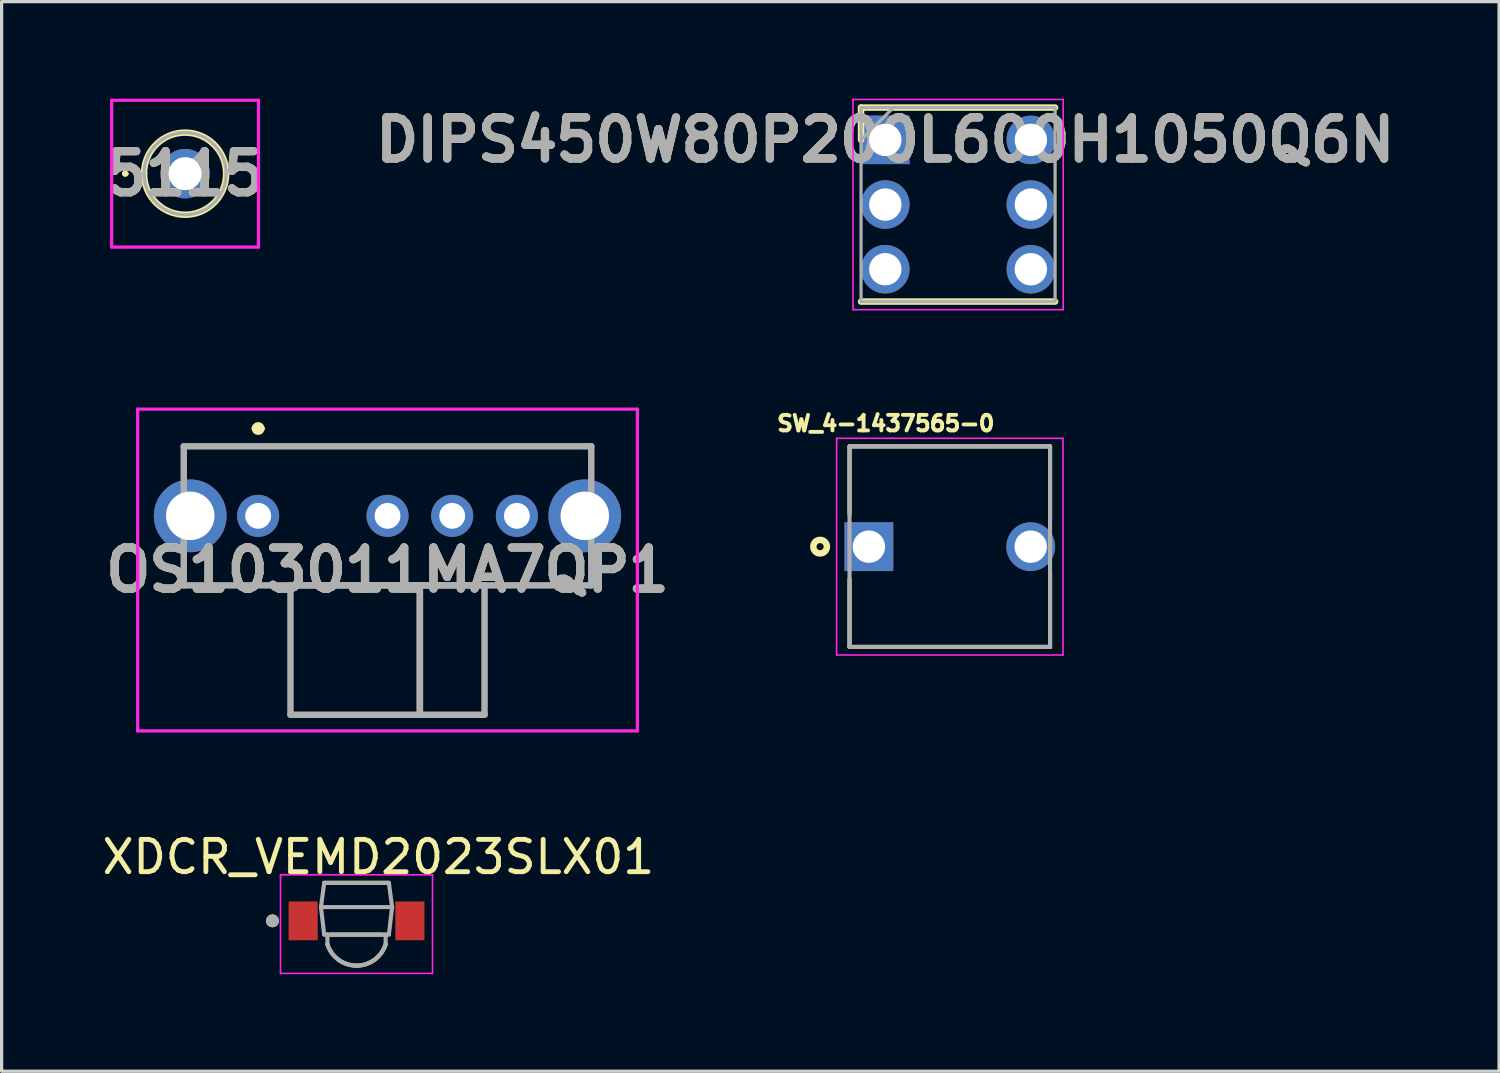
<source format=kicad_pcb>
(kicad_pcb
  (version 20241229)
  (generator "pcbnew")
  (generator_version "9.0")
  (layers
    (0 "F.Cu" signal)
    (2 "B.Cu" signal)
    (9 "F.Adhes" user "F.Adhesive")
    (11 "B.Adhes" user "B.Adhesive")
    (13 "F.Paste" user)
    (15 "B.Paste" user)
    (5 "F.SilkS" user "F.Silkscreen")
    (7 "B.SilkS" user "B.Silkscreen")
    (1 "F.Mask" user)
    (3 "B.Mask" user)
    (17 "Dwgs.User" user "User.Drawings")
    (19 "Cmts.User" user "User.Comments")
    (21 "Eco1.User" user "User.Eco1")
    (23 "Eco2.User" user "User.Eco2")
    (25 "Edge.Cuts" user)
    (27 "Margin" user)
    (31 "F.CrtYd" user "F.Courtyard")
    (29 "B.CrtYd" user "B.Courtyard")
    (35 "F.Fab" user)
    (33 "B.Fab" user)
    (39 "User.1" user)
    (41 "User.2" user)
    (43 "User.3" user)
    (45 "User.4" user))
  (footprint "DIPS450W80P200L600H1050Q6N"
    (layer "F.Cu")
    (at 24.324 1.275)
    (property "Reference" "DIPS450W80P200L600H1050Q6N" (at 0 0 0) (layer "F.SilkS") (effects (font (size 1.27 1.27) (thickness 0.254))))
    (attr through_hole)
    (fp_line (start -0.75 -1) (end -0.75 0) (stroke (width 0.2) (type solid)) (layer "F.SilkS"))
    (fp_line (start -0.75 5) (end 5.25 5) (stroke (width 0.2) (type solid)) (layer "F.SilkS"))
    (fp_line (start 5.25 -1) (end -0.75 -1) (stroke (width 0.2) (type solid)) (layer "F.SilkS"))
    (fp_line (start -1 -1.25) (end 5.5 -1.25) (stroke (width 0.05) (type solid)) (layer "F.CrtYd"))
    (fp_line (start -1 5.25) (end -1 -1.25) (stroke (width 0.05) (type solid)) (layer "F.CrtYd"))
    (fp_line (start 5.5 -1.25) (end 5.5 5.25) (stroke (width 0.05) (type solid)) (layer "F.CrtYd"))
    (fp_line (start 5.5 5.25) (end -1 5.25) (stroke (width 0.05) (type solid)) (layer "F.CrtYd"))
    (fp_line (start -0.75 -1) (end 5.25 -1) (stroke (width 0.1) (type solid)) (layer "F.Fab"))
    (fp_line (start -0.75 0) (end 0.25 -1) (stroke (width 0.1) (type solid)) (layer "F.Fab"))
    (fp_line (start -0.75 5) (end -0.75 -1) (stroke (width 0.1) (type solid)) (layer "F.Fab"))
    (fp_line (start 5.25 -1) (end 5.25 5) (stroke (width 0.1) (type solid)) (layer "F.Fab"))
    (fp_line (start 5.25 5) (end -0.75 5) (stroke (width 0.1) (type solid)) (layer "F.Fab"))
    (fp_text user "${REFERENCE}" (at 0 0 0) (layer "F.Fab") (effects (font (size 1.27 1.27) (thickness 0.254))))
    (pad "1" thru_hole rect (at 0 0) (size 1.5 1.5) (drill 1) (layers "*.Cu" "*.Mask"))
    (pad "2" thru_hole circle (at 0 2) (size 1.5 1.5) (drill 1) (layers "*.Cu" "*.Mask"))
    (pad "3" thru_hole circle (at 0 4) (size 1.5 1.5) (drill 1) (layers "*.Cu" "*.Mask"))
    (pad "4" thru_hole circle (at 4.5 4) (size 1.5 1.5) (drill 1) (layers "*.Cu" "*.Mask"))
    (pad "5" thru_hole circle (at 4.5 2) (size 1.5 1.5) (drill 1) (layers "*.Cu" "*.Mask"))
    (pad "6" thru_hole circle (at 4.5 0) (size 1.5 1.5) (drill 1) (layers "*.Cu" "*.Mask")))
  (footprint "OS103011MA7QP1"
    (layer "F.Cu")
    (at 4.932 12.9)
    (property "Reference" "OS103011MA7QP1" (at 4 1.675 0) (layer "F.SilkS") (effects (font (size 1.27 1.27) (thickness 0.254))))
    (attr through_hole)
    (fp_line (start -2.3 -2.15) (end 10.3 -2.15) (stroke (width 0.1) (type solid)) (layer "F.SilkS"))
    (fp_line (start -2.3 -1.5) (end -2.3 -2.15) (stroke (width 0.1) (type solid)) (layer "F.SilkS"))
    (fp_line (start -2.3 1.5) (end -2.3 2.15) (stroke (width 0.1) (type solid)) (layer "F.SilkS"))
    (fp_line (start -2.3 2.15) (end 10.3 2.15) (stroke (width 0.1) (type solid)) (layer "F.SilkS"))
    (fp_line (start -0.1 -2.7) (end -0.1 -2.7) (stroke (width 0.2) (type solid)) (layer "F.SilkS"))
    (fp_line (start 0.1 -2.7) (end 0.1 -2.7) (stroke (width 0.2) (type solid)) (layer "F.SilkS"))
    (fp_line (start 10.3 -2.15) (end 10.3 -1.5) (stroke (width 0.1) (type solid)) (layer "F.SilkS"))
    (fp_line (start 10.3 2.15) (end 10.3 1.5) (stroke (width 0.1) (type solid)) (layer "F.SilkS"))
    (fp_arc (start -0.1 -2.7) (mid 0 -2.8) (end 0.1 -2.7) (stroke (width 0.2) (type solid)) (layer "F.SilkS"))
    (fp_arc (start 0.1 -2.7) (mid 0 -2.6) (end -0.1 -2.7) (stroke (width 0.2) (type solid)) (layer "F.SilkS"))
    (fp_line (start -3.725 -3.3) (end 11.725 -3.3) (stroke (width 0.1) (type solid)) (layer "F.CrtYd"))
    (fp_line (start -3.725 6.65) (end -3.725 -3.3) (stroke (width 0.1) (type solid)) (layer "F.CrtYd"))
    (fp_line (start 11.725 -3.3) (end 11.725 6.65) (stroke (width 0.1) (type solid)) (layer "F.CrtYd"))
    (fp_line (start 11.725 6.65) (end -3.725 6.65) (stroke (width 0.1) (type solid)) (layer "F.CrtYd"))
    (fp_line (start -2.3 -2.15) (end 10.3 -2.15) (stroke (width 0.2) (type solid)) (layer "F.Fab"))
    (fp_line (start -2.3 2.15) (end -2.3 -2.15) (stroke (width 0.2) (type solid)) (layer "F.Fab"))
    (fp_line (start 1 2.15) (end 5 2.15) (stroke (width 0.2) (type solid)) (layer "F.Fab"))
    (fp_line (start 1 6.15) (end 1 2.15) (stroke (width 0.2) (type solid)) (layer "F.Fab"))
    (fp_line (start 5 2.15) (end 5 6.15) (stroke (width 0.2) (type solid)) (layer "F.Fab"))
    (fp_line (start 5 2.15) (end 7 2.15) (stroke (width 0.2) (type solid)) (layer "F.Fab"))
    (fp_line (start 5 6.15) (end 1 6.15) (stroke (width 0.2) (type solid)) (layer "F.Fab"))
    (fp_line (start 5 6.15) (end 5 2.15) (stroke (width 0.2) (type solid)) (layer "F.Fab"))
    (fp_line (start 7 2.15) (end 7 6.15) (stroke (width 0.2) (type solid)) (layer "F.Fab"))
    (fp_line (start 7 6.15) (end 5 6.15) (stroke (width 0.2) (type solid)) (layer "F.Fab"))
    (fp_line (start 10.3 -2.15) (end 10.3 2.15) (stroke (width 0.2) (type solid)) (layer "F.Fab"))
    (fp_line (start 10.3 2.15) (end -2.3 2.15) (stroke (width 0.2) (type solid)) (layer "F.Fab"))
    (fp_text user "${REFERENCE}" (at 4 1.675 0) (layer "F.Fab") (effects (font (size 1.27 1.27) (thickness 0.254))))
    (pad "1" thru_hole circle (at 0 0) (size 1.3 1.3) (drill 0.8) (layers "*.Cu" "*.Mask"))
    (pad "2" thru_hole circle (at 4 0) (size 1.3 1.3) (drill 0.8) (layers "*.Cu" "*.Mask"))
    (pad "3" thru_hole circle (at 6 0) (size 1.3 1.3) (drill 0.8) (layers "*.Cu" "*.Mask"))
    (pad "4" thru_hole circle (at 8 0) (size 1.3 1.3) (drill 0.8) (layers "*.Cu" "*.Mask"))
    (pad "MH1" thru_hole circle (at -2.1 0) (size 2.25 2.25) (drill 1.5) (layers "*.Cu" "*.Mask"))
    (pad "MH2" thru_hole circle (at 10.1 0) (size 2.25 2.25) (drill 1.5) (layers "*.Cu" "*.Mask")))
  (footprint "XDCR_VEMD2023SLX01"
    (layer "F.Cu")
    (at 7.974 25.423)
    (property "Reference" "XDCR_VEMD2023SLX01" (at 0.675 -1.975 0) (layer "F.SilkS") (effects (font (size 1 1) (thickness 0.15))))
    (attr smd)
    (fp_line (start -1 -1.175) (end 1 -1.175) (stroke (width 0.127) (type solid)) (layer "F.SilkS"))
    (fp_line (start -0.8 0.425) (end 0.8 0.425) (stroke (width 0.127) (type solid)) (layer "F.SilkS"))
    (fp_arc (start 0.9 0.725) (mid 0 1.384907) (end -0.9 0.725) (stroke (width 0.127) (type solid)) (layer "F.SilkS"))
    (fp_circle (center -2.6 0) (end -2.5 0) (stroke (width 0.2) (type solid)) (fill no) (layer "F.SilkS"))
    (fp_line (start -2.35 -1.425) (end 2.35 -1.425) (stroke (width 0.05) (type solid)) (layer "F.CrtYd"))
    (fp_line (start -2.35 1.625) (end -2.35 -1.425) (stroke (width 0.05) (type solid)) (layer "F.CrtYd"))
    (fp_line (start -2.35 1.625) (end 2.35 1.625) (stroke (width 0.05) (type solid)) (layer "F.CrtYd"))
    (fp_line (start 2.35 -1.425) (end 2.35 1.625) (stroke (width 0.05) (type solid)) (layer "F.CrtYd"))
    (fp_line (start -1.1 -0.425) (end -1 0.425) (stroke (width 0.127) (type solid)) (layer "F.Fab"))
    (fp_line (start -1.1 -0.425) (end 1.1 -0.425) (stroke (width 0.127) (type solid)) (layer "F.Fab"))
    (fp_line (start -1 -1.175) (end -1.1 -0.425) (stroke (width 0.127) (type solid)) (layer "F.Fab"))
    (fp_line (start -1 -1.175) (end 1 -1.175) (stroke (width 0.127) (type solid)) (layer "F.Fab"))
    (fp_line (start -1 0.425) (end -0.9 0.425) (stroke (width 0.127) (type solid)) (layer "F.Fab"))
    (fp_line (start -0.9 0.425) (end -0.9 0.725) (stroke (width 0.127) (type solid)) (layer "F.Fab"))
    (fp_line (start -0.9 0.425) (end 0.9 0.425) (stroke (width 0.127) (type solid)) (layer "F.Fab"))
    (fp_line (start 0.9 0.425) (end 1 0.425) (stroke (width 0.127) (type solid)) (layer "F.Fab"))
    (fp_line (start 0.9 0.725) (end 0.9 0.425) (stroke (width 0.127) (type solid)) (layer "F.Fab"))
    (fp_line (start 1 -1.175) (end 1.1 -0.425) (stroke (width 0.127) (type solid)) (layer "F.Fab"))
    (fp_line (start 1.1 -0.425) (end 1 0.425) (stroke (width 0.127) (type solid)) (layer "F.Fab"))
    (fp_arc (start 0.9 0.725) (mid 0 1.384907) (end -0.9 0.725) (stroke (width 0.127) (type solid)) (layer "F.Fab"))
    (fp_circle (center -2.6 0) (end -2.5 0) (stroke (width 0.2) (type solid)) (fill no) (layer "F.Fab"))
    (pad "A" smd rect (at 1.65 0 180) (size 0.9 1.2) (layers "F.Cu" "F.Mask" "F.Paste"))
    (pad "C" smd rect (at -1.65 0 180) (size 0.9 1.2) (layers "F.Cu" "F.Mask" "F.Paste")))
  (footprint "5115"
    (layer "F.Cu")
    (at 2.673 2.32)
    (property "Reference" "5115" (at 0 0 0) (layer "F.SilkS") (effects (font (size 1.27 1.27) (thickness 0.254))))
    (attr through_hole)
    (fp_line (start -1.9 0) (end -1.9 0) (stroke (width 0.1) (type solid)) (layer "F.SilkS"))
    (fp_line (start -1.8 0) (end -1.8 0) (stroke (width 0.1) (type solid)) (layer "F.SilkS"))
    (fp_line (start -1.27 0) (end -1.27 0) (stroke (width 0.2) (type solid)) (layer "F.SilkS"))
    (fp_line (start 1.27 0) (end 1.27 0) (stroke (width 0.2) (type solid)) (layer "F.SilkS"))
    (fp_arc (start -1.9 0) (mid -1.85 -0.05) (end -1.8 0) (stroke (width 0.1) (type solid)) (layer "F.SilkS"))
    (fp_arc (start -1.8 0) (mid -1.85 0.05) (end -1.9 0) (stroke (width 0.1) (type solid)) (layer "F.SilkS"))
    (fp_arc (start -1.27 0) (mid 0 -1.27) (end 1.27 0) (stroke (width 0.2) (type solid)) (layer "F.SilkS"))
    (fp_arc (start 1.27 0) (mid 0 1.27) (end -1.27 0) (stroke (width 0.2) (type solid)) (layer "F.SilkS"))
    (fp_line (start -2.27 -2.27) (end 2.27 -2.27) (stroke (width 0.1) (type solid)) (layer "F.CrtYd"))
    (fp_line (start -2.27 2.27) (end -2.27 -2.27) (stroke (width 0.1) (type solid)) (layer "F.CrtYd"))
    (fp_line (start 2.27 -2.27) (end 2.27 2.27) (stroke (width 0.1) (type solid)) (layer "F.CrtYd"))
    (fp_line (start 2.27 2.27) (end -2.27 2.27) (stroke (width 0.1) (type solid)) (layer "F.CrtYd"))
    (fp_line (start -1.27 0) (end -1.27 0) (stroke (width 0.1) (type solid)) (layer "F.Fab"))
    (fp_line (start 1.27 0) (end 1.27 0) (stroke (width 0.1) (type solid)) (layer "F.Fab"))
    (fp_arc (start -1.27 0) (mid 0 -1.27) (end 1.27 0) (stroke (width 0.1) (type solid)) (layer "F.Fab"))
    (fp_arc (start 1.27 0) (mid 0 1.27) (end -1.27 0) (stroke (width 0.1) (type solid)) (layer "F.Fab"))
    (fp_text user "${REFERENCE}" (at 0 0 0) (layer "F.Fab") (effects (font (size 1.27 1.27) (thickness 0.254))))
    (pad "TP" thru_hole circle (at 0 0) (size 1.53 1.53) (drill 1.02) (layers "*.Cu" "*.Mask")))
  (footprint "SW_4-1437565-0"
    (layer "F.Cu")
    (at 26.318 13.853)
    (property "Reference" "SW_4-1437565-0" (at -1.979 -3.811 0) (layer "F.SilkS") (effects (font (size 0.481 0.481) (thickness 0.15))))
    (attr through_hole)
    (fp_line (start -3.1 -3.1) (end 3.1 -3.1) (stroke (width 0.127) (type solid)) (layer "F.SilkS"))
    (fp_line (start -3.1 -1) (end -3.1 -3.1) (stroke (width 0.127) (type solid)) (layer "F.SilkS"))
    (fp_line (start -3.1 3.1) (end -3.1 1) (stroke (width 0.127) (type solid)) (layer "F.SilkS"))
    (fp_line (start 3.1 -3.1) (end 3.1 -0.83) (stroke (width 0.127) (type solid)) (layer "F.SilkS"))
    (fp_line (start 3.1 0.83) (end 3.1 3.1) (stroke (width 0.127) (type solid)) (layer "F.SilkS"))
    (fp_line (start 3.1 3.1) (end -3.1 3.1) (stroke (width 0.127) (type solid)) (layer "F.SilkS"))
    (fp_circle (center -4.01 0) (end -3.8 0) (stroke (width 0.2) (type solid)) (fill no) (layer "F.SilkS"))
    (fp_line (start -3.5 -3.35) (end 3.5 -3.35) (stroke (width 0.05) (type solid)) (layer "F.CrtYd"))
    (fp_line (start -3.5 3.35) (end -3.5 -3.35) (stroke (width 0.05) (type solid)) (layer "F.CrtYd"))
    (fp_line (start 3.5 -3.35) (end 3.5 3.35) (stroke (width 0.05) (type solid)) (layer "F.CrtYd"))
    (fp_line (start 3.5 3.35) (end -3.5 3.35) (stroke (width 0.05) (type solid)) (layer "F.CrtYd"))
    (fp_line (start -3.1 -3.1) (end 3.1 -3.1) (stroke (width 0.127) (type solid)) (layer "F.Fab"))
    (fp_line (start -3.1 3.1) (end -3.1 -3.1) (stroke (width 0.127) (type solid)) (layer "F.Fab"))
    (fp_line (start 3.1 -3.1) (end 3.1 3.1) (stroke (width 0.127) (type solid)) (layer "F.Fab"))
    (fp_line (start 3.1 3.1) (end -3.1 3.1) (stroke (width 0.127) (type solid)) (layer "F.Fab"))
    (pad "1" thru_hole rect (at -2.502 0) (size 1.508 1.508) (drill 1) (layers "*.Cu" "*.Mask"))
    (pad "2" thru_hole circle (at 2.502 0) (size 1.508 1.508) (drill 1) (layers "*.Cu" "*.Mask")))
  (gr_rect
    (start -3 -3)
    (end 43.302 30.073)
    (stroke (width 0.1) (type default))
    (fill no)
    (layer "Edge.Cuts")))
</source>
